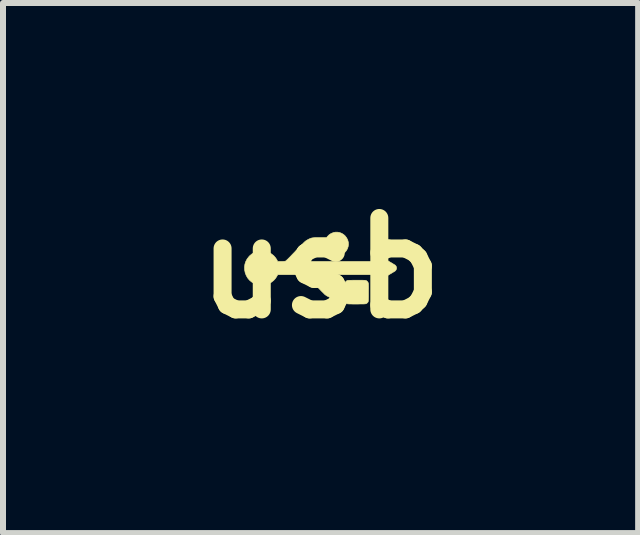
<source format=kicad_pcb>
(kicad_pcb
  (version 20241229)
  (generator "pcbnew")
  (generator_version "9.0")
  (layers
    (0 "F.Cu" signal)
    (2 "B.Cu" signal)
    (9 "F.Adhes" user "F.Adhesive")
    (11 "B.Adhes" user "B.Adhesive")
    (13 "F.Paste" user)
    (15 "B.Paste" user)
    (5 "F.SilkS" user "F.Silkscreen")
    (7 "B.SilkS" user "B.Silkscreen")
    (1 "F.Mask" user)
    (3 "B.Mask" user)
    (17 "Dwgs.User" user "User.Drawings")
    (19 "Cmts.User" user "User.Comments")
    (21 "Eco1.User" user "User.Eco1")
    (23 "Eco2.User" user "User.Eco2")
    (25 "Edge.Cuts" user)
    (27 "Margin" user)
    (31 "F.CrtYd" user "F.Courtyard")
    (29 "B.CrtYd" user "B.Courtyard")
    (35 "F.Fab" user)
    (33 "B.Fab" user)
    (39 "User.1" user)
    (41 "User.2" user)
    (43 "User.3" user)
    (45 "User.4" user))
  (footprint "usb"
    (layer "F.Cu")
    (at 2.293 1.418)
    (property "Reference" "usb" (at 0 0 0) (layer "F.SilkS") (effects (font (size 1.524 1.524) (thickness 0.3))))
    (attr through_hole)
    (fp_poly (pts (xy 0.321 -0.591) (xy 0.356 -0.577) (xy 0.389 -0.555) (xy 0.41 -0.536) (xy 0.435 -0.503) (xy 0.453 -0.468) (xy 0.463 -0.431) (xy 0.465 -0.393) (xy 0.46 -0.356) (xy 0.447 -0.32) (xy 0.427 -0.286) (xy 0.406 -0.262) (xy 0.376 -0.237) (xy 0.342 -0.218) (xy 0.315 -0.21) (xy 0.275 -0.203) (xy 0.237 -0.205) (xy 0.2 -0.216) (xy 0.165 -0.234) (xy 0.133 -0.26) (xy 0.13 -0.263) (xy 0.101 -0.292) (xy 0.005 -0.292) (xy -0.027 -0.292) (xy -0.052 -0.292) (xy -0.07 -0.291) (xy -0.084 -0.29) (xy -0.094 -0.289) (xy -0.102 -0.287) (xy -0.107 -0.285) (xy -0.114 -0.279) (xy -0.127 -0.268) (xy -0.144 -0.252) (xy -0.165 -0.231) (xy -0.189 -0.206) (xy -0.201 -0.194) (xy -0.28 -0.11) (xy 0.872 -0.11) (xy 0.872 -0.141) (xy 0.873 -0.159) (xy 0.875 -0.172) (xy 0.879 -0.182) (xy 0.882 -0.186) (xy 0.896 -0.204) (xy 0.913 -0.214) (xy 0.932 -0.217) (xy 0.935 -0.218) (xy 0.941 -0.217) (xy 0.947 -0.216) (xy 0.954 -0.214) (xy 0.963 -0.21) (xy 0.975 -0.204) (xy 0.991 -0.196) (xy 1.011 -0.185) (xy 1.036 -0.171) (xy 1.068 -0.153) (xy 1.095 -0.137) (xy 1.126 -0.119) (xy 1.156 -0.101) (xy 1.184 -0.085) (xy 1.207 -0.071) (xy 1.226 -0.059) (xy 1.24 -0.051) (xy 1.247 -0.046) (xy 1.247 -0.046) (xy 1.26 -0.029) (xy 1.266 -0.01) (xy 1.266 0.011) (xy 1.259 0.03) (xy 1.247 0.046) (xy 1.241 0.05) (xy 1.228 0.059) (xy 1.209 0.07) (xy 1.186 0.084) (xy 1.159 0.1) (xy 1.129 0.118) (xy 1.097 0.136) (xy 1.095 0.137) (xy 1.059 0.158) (xy 1.029 0.175) (xy 1.005 0.188) (xy 0.987 0.198) (xy 0.972 0.206) (xy 0.961 0.211) (xy 0.952 0.215) (xy 0.945 0.217) (xy 0.939 0.217) (xy 0.935 0.218) (xy 0.915 0.215) (xy 0.898 0.206) (xy 0.884 0.189) (xy 0.882 0.186) (xy 0.876 0.177) (xy 0.873 0.166) (xy 0.872 0.151) (xy 0.872 0.141) (xy 0.872 0.11) (xy 0.054 0.11) (xy 0.087 0.145) (xy 0.103 0.161) (xy 0.122 0.181) (xy 0.142 0.203) (xy 0.162 0.224) (xy 0.168 0.23) (xy 0.188 0.25) (xy 0.205 0.266) (xy 0.219 0.279) (xy 0.229 0.285) (xy 0.23 0.286) (xy 0.238 0.288) (xy 0.25 0.29) (xy 0.266 0.291) (xy 0.288 0.292) (xy 0.318 0.292) (xy 0.323 0.292) (xy 0.401 0.292) (xy 0.404 0.268) (xy 0.41 0.244) (xy 0.422 0.224) (xy 0.439 0.211) (xy 0.443 0.209) (xy 0.448 0.207) (xy 0.457 0.206) (xy 0.47 0.205) (xy 0.488 0.204) (xy 0.511 0.204) (xy 0.54 0.203) (xy 0.577 0.203) (xy 0.604 0.203) (xy 0.643 0.203) (xy 0.674 0.203) (xy 0.699 0.203) (xy 0.719 0.204) (xy 0.733 0.204) (xy 0.744 0.205) (xy 0.752 0.207) (xy 0.758 0.208) (xy 0.762 0.21) (xy 0.767 0.212) (xy 0.783 0.226) (xy 0.792 0.24) (xy 0.794 0.245) (xy 0.796 0.25) (xy 0.797 0.256) (xy 0.798 0.265) (xy 0.799 0.277) (xy 0.799 0.293) (xy 0.8 0.314) (xy 0.8 0.34) (xy 0.799 0.373) (xy 0.799 0.408) (xy 0.799 0.447) (xy 0.799 0.48) (xy 0.798 0.505) (xy 0.798 0.525) (xy 0.797 0.539) (xy 0.796 0.55) (xy 0.795 0.558) (xy 0.793 0.563) (xy 0.791 0.567) (xy 0.789 0.57) (xy 0.779 0.581) (xy 0.767 0.59) (xy 0.766 0.591) (xy 0.761 0.593) (xy 0.757 0.595) (xy 0.75 0.596) (xy 0.741 0.597) (xy 0.729 0.598) (xy 0.712 0.599) (xy 0.69 0.599) (xy 0.662 0.599) (xy 0.626 0.6) (xy 0.607 0.6) (xy 0.572 0.6) (xy 0.539 0.6) (xy 0.509 0.599) (xy 0.485 0.599) (xy 0.466 0.598) (xy 0.454 0.597) (xy 0.45 0.597) (xy 0.431 0.587) (xy 0.417 0.571) (xy 0.407 0.55) (xy 0.402 0.525) (xy 0.402 0.522) (xy 0.402 0.508) (xy 0.31 0.508) (xy 0.275 0.508) (xy 0.247 0.507) (xy 0.225 0.506) (xy 0.208 0.504) (xy 0.195 0.502) (xy 0.192 0.502) (xy 0.167 0.493) (xy 0.139 0.481) (xy 0.111 0.467) (xy 0.087 0.452) (xy 0.078 0.445) (xy 0.07 0.439) (xy 0.058 0.427) (xy 0.041 0.41) (xy 0.02 0.389) (xy -0.003 0.365) (xy -0.03 0.337) (xy -0.058 0.308) (xy -0.087 0.277) (xy -0.089 0.275) (xy -0.118 0.245) (xy -0.146 0.216) (xy -0.171 0.19) (xy -0.194 0.167) (xy -0.213 0.147) (xy -0.229 0.132) (xy -0.24 0.121) (xy -0.246 0.116) (xy -0.246 0.116) (xy -0.25 0.115) (xy -0.256 0.114) (xy -0.266 0.113) (xy -0.279 0.112) (xy -0.296 0.111) (xy -0.319 0.111) (xy -0.347 0.11) (xy -0.382 0.11) (xy -0.424 0.11) (xy -0.473 0.11) (xy -0.486 0.11) (xy -0.714 0.11) (xy -0.726 0.133) (xy -0.75 0.171) (xy -0.78 0.205) (xy -0.816 0.234) (xy -0.856 0.258) (xy -0.898 0.275) (xy -0.924 0.281) (xy -0.969 0.287) (xy -1.013 0.286) (xy -1.055 0.277) (xy -1.099 0.26) (xy -1.109 0.256) (xy -1.15 0.231) (xy -1.186 0.2) (xy -1.216 0.164) (xy -1.239 0.123) (xy -1.256 0.079) (xy -1.265 0.034) (xy -1.267 -0.016) (xy -1.261 -0.064) (xy -1.246 -0.109) (xy -1.224 -0.151) (xy -1.193 -0.191) (xy -1.181 -0.204) (xy -1.144 -0.235) (xy -1.104 -0.259) (xy -1.06 -0.276) (xy -1.015 -0.285) (xy -0.968 -0.287) (xy -0.922 -0.281) (xy -0.876 -0.267) (xy -0.856 -0.258) (xy -0.816 -0.234) (xy -0.78 -0.205) (xy -0.75 -0.171) (xy -0.726 -0.134) (xy -0.724 -0.129) (xy -0.715 -0.11) (xy -0.656 -0.11) (xy -0.634 -0.11) (xy -0.613 -0.111) (xy -0.597 -0.113) (xy -0.586 -0.114) (xy -0.585 -0.115) (xy -0.579 -0.119) (xy -0.567 -0.129) (xy -0.55 -0.145) (xy -0.528 -0.167) (xy -0.5 -0.195) (xy -0.467 -0.23) (xy -0.428 -0.27) (xy -0.425 -0.274) (xy -0.395 -0.305) (xy -0.367 -0.335) (xy -0.34 -0.362) (xy -0.315 -0.387) (xy -0.293 -0.409) (xy -0.275 -0.427) (xy -0.261 -0.44) (xy -0.253 -0.447) (xy -0.252 -0.448) (xy -0.234 -0.46) (xy -0.214 -0.472) (xy -0.197 -0.481) (xy -0.18 -0.489) (xy -0.165 -0.495) (xy -0.15 -0.5) (xy -0.133 -0.503) (xy -0.115 -0.505) (xy -0.093 -0.507) (xy -0.065 -0.508) (xy -0.032 -0.508) (xy -0.008 -0.508) (xy 0.101 -0.508) (xy 0.116 -0.527) (xy 0.144 -0.555) (xy 0.176 -0.576) (xy 0.211 -0.59) (xy 0.247 -0.598) (xy 0.284 -0.598) (xy 0.321 -0.591)) (stroke (width 0.01) (type solid)) (fill yes) (layer "F.SilkS")))
  (gr_rect
    (start -3 -3)
    (end 7.587 5.836)
    (stroke (width 0.1) (type default))
    (fill no)
    (layer "Edge.Cuts")))
</source>
